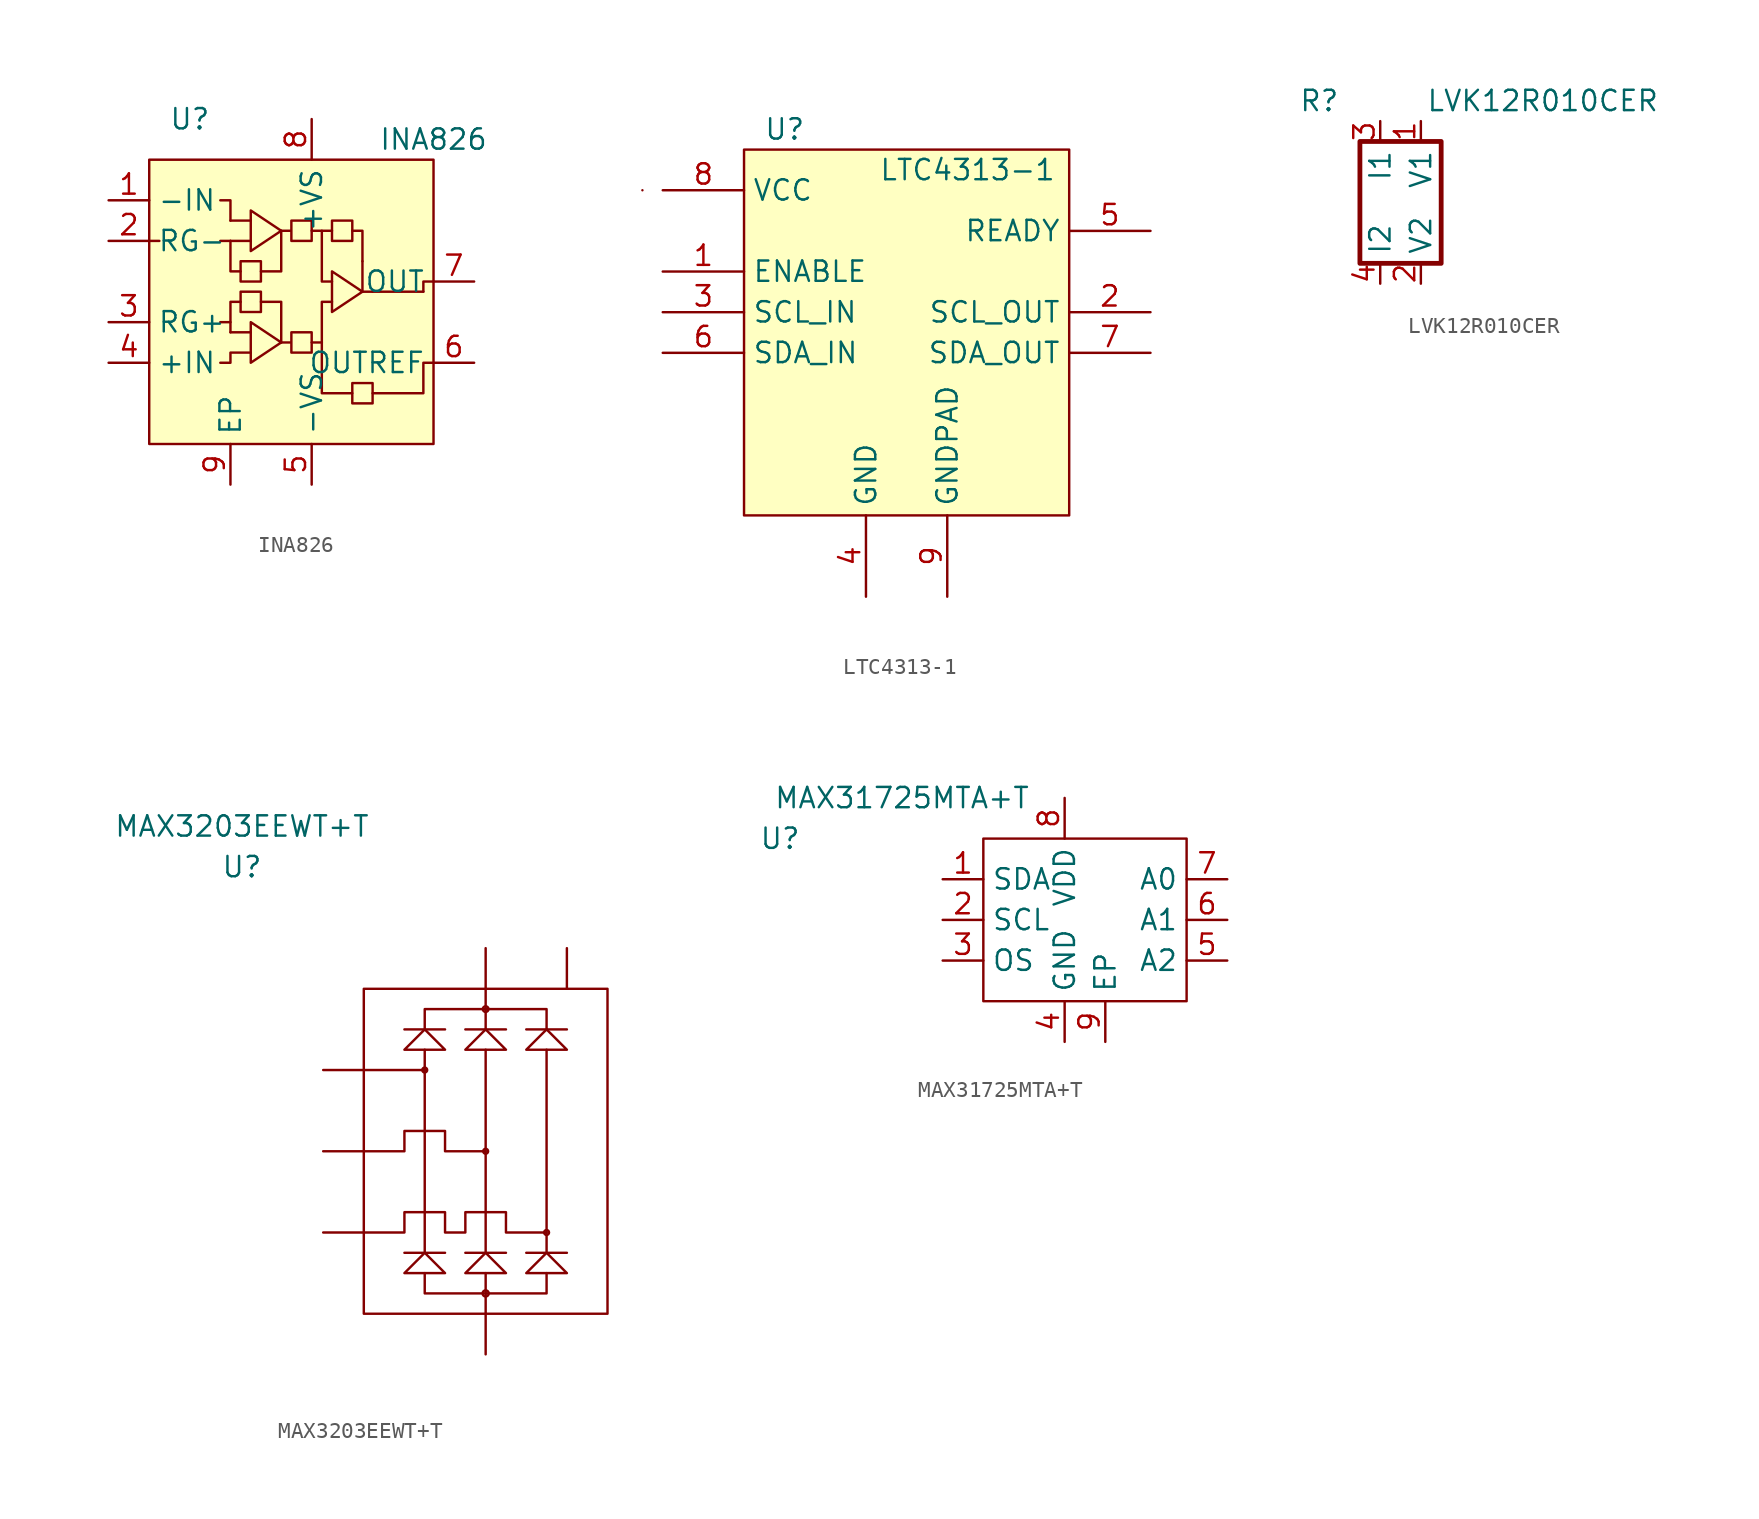
<source format=kicad_sym>
(kicad_symbol_lib
  (version 20220914)
  (generator kicad_symbol_editor)
  (symbol "INA826"
    (property "Reference" "U"
      (at -5.08 10.16 0)
      (effects (font (size 1.27 1.27))))
    (property "Value" "INA826"
      (at 10.16 8.89 0)
      (effects (font (size 1.27 1.27))))
    (symbol "INA826_0_1"
      (rectangle (start -7.62 7.62) (end 10.16 -10.16) (stroke (width 0) (type default)) (fill (type background)))
      (polyline (pts (xy -7.62 2.54) (xy -6.985 2.54)) (stroke (width 0) (type default)) (fill (type none)))
      (polyline (pts (xy -2.54 2.54) (xy -3.175 2.54)) (stroke (width 0) (type default)) (fill (type none)))
      (polyline (pts (xy -2.54 3.81) (xy -1.27 3.81)) (stroke (width 0) (type default)) (fill (type none)))
      (polyline (pts (xy -1.27 -3.175) (xy -2.54 -3.175)) (stroke (width 0) (type default)) (fill (type none)))
      (polyline (pts (xy -1.27 2.54) (xy -2.54 2.54)) (stroke (width 0) (type default)) (fill (type none)))
      (polyline (pts (xy 3.175 -3.81) (xy 2.54 -3.81)) (stroke (width 0) (type default)) (fill (type none)))
      (polyline (pts (xy 3.81 3.175) (xy 3.175 3.175)) (stroke (width 0) (type default)) (fill (type none)))
      (polyline (pts (xy 5.715 -0.635) (xy 6.35 -0.635)) (stroke (width 0) (type default)) (fill (type none)))
      (polyline (pts (xy 5.715 1.27) (xy 5.715 -0.635)) (stroke (width 0) (type default)) (fill (type none)))
      (polyline (pts (xy 6.35 -0.635) (xy 9.525 -0.635)) (stroke (width 0) (type default)) (fill (type none)))
      (polyline (pts (xy -2.54 -3.175) (xy -2.54 -2.54) (xy -3.175 -2.54)) (stroke (width 0) (type default)) (fill (type none)))
      (polyline (pts (xy -2.54 3.81) (xy -2.54 5.08) (xy -3.175 5.08)) (stroke (width 0) (type default)) (fill (type none)))
      (polyline (pts (xy -1.905 -1.27) (xy -2.54 -1.27) (xy -2.54 -2.54)) (stroke (width 0) (type default)) (fill (type none)))
      (polyline (pts (xy -1.905 0.635) (xy -2.54 0.635) (xy -2.54 2.54)) (stroke (width 0) (type default)) (fill (type none)))
      (polyline (pts (xy -0.635 -1.27) (xy 0.635 -1.27) (xy 0.635 -3.81)) (stroke (width 0) (type default)) (fill (type none)))
      (polyline (pts (xy -0.635 0.635) (xy 0.635 0.635) (xy 0.635 3.175)) (stroke (width 0) (type default)) (fill (type none)))
      (polyline (pts (xy 3.175 -3.81) (xy 3.175 -1.27) (xy 3.81 -1.27)) (stroke (width 0) (type default)) (fill (type none)))
      (polyline (pts (xy 5.08 -6.985) (xy 3.175 -6.985) (xy 3.175 -3.81)) (stroke (width 0) (type default)) (fill (type none)))
      (polyline (pts (xy 5.08 3.175) (xy 5.715 3.175) (xy 5.715 1.27)) (stroke (width 0) (type default)) (fill (type none)))
      (polyline (pts (xy 9.525 -0.635) (xy 9.525 0) (xy 10.16 0)) (stroke (width 0) (type default)) (fill (type none)))
      (polyline (pts (xy -1.27 -4.445) (xy -2.54 -4.445) (xy -2.54 -5.08) (xy -3.175 -5.08)) (stroke (width 0) (type default)) (fill (type none)))
      (polyline (pts (xy -1.27 -2.54) (xy -1.27 -5.08) (xy 0.635 -3.81) (xy -1.27 -2.54)) (stroke (width 0) (type default)) (fill (type none)))
      (polyline (pts (xy -1.27 4.445) (xy -1.27 1.905) (xy 0.635 3.175) (xy -1.27 4.445)) (stroke (width 0) (type default)) (fill (type none)))
      (polyline (pts (xy 2.54 3.175) (xy 3.175 3.175) (xy 3.175 0) (xy 3.81 0)) (stroke (width 0) (type default)) (fill (type none)))
      (polyline (pts (xy 3.81 0.635) (xy 3.81 -1.905) (xy 5.715 -0.635) (xy 3.81 0.635)) (stroke (width 0) (type default)) (fill (type none)))
      (polyline (pts (xy 10.16 -5.08) (xy 9.525 -5.08) (xy 9.525 -6.985) (xy 6.35 -6.985)) (stroke (width 0) (type default)) (fill (type none)))
      (polyline (pts (xy -1.905 -1.905) (xy -0.635 -1.905) (xy -0.635 -0.635) (xy -1.905 -0.635) (xy -1.905 -1.905)) (stroke (width 0) (type default)) (fill (type none)))
      (polyline (pts (xy -1.905 1.27) (xy -1.905 0) (xy -0.635 0) (xy -0.635 1.27) (xy -1.905 1.27)) (stroke (width 0) (type default)) (fill (type none)))
      (polyline (pts (xy 3.81 3.81) (xy 3.81 2.54) (xy 5.08 2.54) (xy 5.08 3.81) (xy 3.81 3.81)) (stroke (width 0) (type default)) (fill (type none)))
      (polyline (pts (xy 5.08 -6.35) (xy 5.08 -7.62) (xy 6.35 -7.62) (xy 6.35 -6.35) (xy 5.08 -6.35)) (stroke (width 0) (type default)) (fill (type none)))
      (polyline (pts (xy 0.635 -3.81) (xy 1.27 -3.81) (xy 1.27 -3.175) (xy 2.54 -3.175) (xy 2.54 -4.445) (xy 1.27 -4.445) (xy 1.27 -3.81)) (stroke (width 0) (type default)) (fill (type none)))
      (polyline (pts (xy 0.635 3.175) (xy 1.27 3.175) (xy 1.27 3.81) (xy 2.54 3.81) (xy 2.54 2.54) (xy 1.27 2.54) (xy 1.27 3.175)) (stroke (width 0) (type default)) (fill (type none))))
    (symbol "INA826_1_1"
      (pin input line (at -10.16 5.08 0) (length 2.54) (name "-IN" (effects (font (size 1.27 1.27)))) (number "1" (effects (font (size 1.27 1.27)))))
      (pin input line (at -10.16 2.54 0) (length 2.54) (name "RG-" (effects (font (size 1.27 1.27)))) (number "2" (effects (font (size 1.27 1.27)))))
      (pin input line (at -10.16 -2.54 0) (length 2.54) (name "RG+" (effects (font (size 1.27 1.27)))) (number "3" (effects (font (size 1.27 1.27)))))
      (pin input line (at -10.16 -5.08 0) (length 2.54) (name "+IN" (effects (font (size 1.27 1.27)))) (number "4" (effects (font (size 1.27 1.27)))))
      (pin power_in line (at 2.54 -12.7 90) (length 2.54) (name "-VS" (effects (font (size 1.27 1.27)))) (number "5" (effects (font (size 1.27 1.27)))))
      (pin input line (at 12.7 -5.08 180) (length 2.54) (name "OUTREF" (effects (font (size 1.27 1.27)))) (number "6" (effects (font (size 1.27 1.27)))))
      (pin output line (at 12.7 0 180) (length 2.54) (name "OUT" (effects (font (size 1.27 1.27)))) (number "7" (effects (font (size 1.27 1.27)))))
      (pin power_in line (at 2.54 10.16 270) (length 2.54) (name "+VS" (effects (font (size 1.27 1.27)))) (number "8" (effects (font (size 1.27 1.27)))))
      (pin power_in line (at -2.54 -12.7 90) (length 2.54) (name "EP" (effects (font (size 1.27 1.27)))) (number "9" (effects (font (size 1.27 1.27)))))))
  (symbol "LTC4313-1"
    (property "Reference" "U"
      (at -7.62 11.43 0)
      (effects (font (size 1.27 1.27))))
    (property "Value" "LTC4313-1"
      (at 3.81 8.89 0)
      (effects (font (size 1.27 1.27))))
    (symbol "LTC4313-1_0_1"
      (rectangle (start -16.51 7.62) (end -16.51 7.62) (stroke (width 0) (type default)) (fill (type none)))
      (rectangle (start -10.16 10.16) (end 10.16 -12.7) (stroke (width 0) (type default)) (fill (type background))))
    (symbol "LTC4313-1_1_1"
      (pin input line (at -15.24 2.54 0) (length 5.08) (name "ENABLE" (effects (font (size 1.27 1.27)))) (number "1" (effects (font (size 1.27 1.27)))))
      (pin bidirectional line (at 15.24 0 180) (length 5.08) (name "SCL_OUT" (effects (font (size 1.27 1.27)))) (number "2" (effects (font (size 1.27 1.27)))))
      (pin bidirectional line (at -15.24 0 0) (length 5.08) (name "SCL_IN" (effects (font (size 1.27 1.27)))) (number "3" (effects (font (size 1.27 1.27)))))
      (pin power_in line (at -2.54 -17.78 90) (length 5.08) (name "GND" (effects (font (size 1.27 1.27)))) (number "4" (effects (font (size 1.27 1.27)))))
      (pin input line (at 15.24 5.08 180) (length 5.08) (name "READY" (effects (font (size 1.27 1.27)))) (number "5" (effects (font (size 1.27 1.27)))))
      (pin bidirectional line (at -15.24 -2.54 0) (length 5.08) (name "SDA_IN" (effects (font (size 1.27 1.27)))) (number "6" (effects (font (size 1.27 1.27)))))
      (pin bidirectional line (at 15.24 -2.54 180) (length 5.08) (name "SDA_OUT" (effects (font (size 1.27 1.27)))) (number "7" (effects (font (size 1.27 1.27)))))
      (pin power_in line (at -15.24 7.62 0) (length 5.08) (name "VCC" (effects (font (size 1.27 1.27)))) (number "8" (effects (font (size 1.27 1.27)))))
      (pin power_in line (at 2.54 -17.78 90) (length 5.08) (name "GNDPAD" (effects (font (size 1.27 1.27)))) (number "9" (effects (font (size 1.27 1.27)))))))
  (symbol "LVK12R010CER"
    (property "Reference" "R"
      (at -3.81 6.35 0)
      (effects (font (size 1.27 1.27))))
    (property "Value" "LVK12R010CER"
      (at 10.16 6.35 0)
      (effects (font (size 1.27 1.27))))
    (symbol "LVK12R010CER_0_1"
      (rectangle (start -1.27 3.81) (end 3.81 -3.81) (stroke (width 0.3) (type default)) (fill (type none))))
    (symbol "LVK12R010CER_1_1"
      (pin passive line (at 2.54 5.08 270) (length 1.27) (name "V1" (effects (font (size 1.27 1.27)))) (number "1" (effects (font (size 1.27 1.27)))))
      (pin passive line (at 2.54 -5.08 90) (length 1.27) (name "V2" (effects (font (size 1.27 1.27)))) (number "2" (effects (font (size 1.27 1.27)))))
      (pin passive line (at 0 5.08 270) (length 1.27) (name "I1" (effects (font (size 1.27 1.27)))) (number "3" (effects (font (size 1.27 1.27)))))
      (pin passive line (at 0 -5.08 90) (length 1.27) (name "I2" (effects (font (size 1.27 1.27)))) (number "4" (effects (font (size 1.27 1.27)))))))
  (symbol "MAX3203EEWT+T"
    (property "Reference" "U"
      (at -15.24 15.24 0)
      (effects (font (size 1.27 1.27))))
    (property "Value" "MAX3203EEWT+T"
      (at -15.24 17.78 0)
      (effects (font (size 1.27 1.27))))
    (symbol "MAX3203EEWT+T_0_1"
      (rectangle (start -7.62 7.62) (end 7.62 -12.7) (stroke (width 0) (type default)) (fill (type none)))
      (circle (center -3.81 2.54) (radius 0.154) (stroke (width 0) (type default)) (fill (type none)))
      (circle (center 0 -11.43) (radius 0.193) (stroke (width 0) (type default)) (fill (type none)))
      (circle (center 0 -2.54) (radius 0.154) (stroke (width 0) (type default)) (fill (type none)))
      (polyline (pts (xy -5.08 -8.89) (xy -2.54 -8.89)) (stroke (width 0) (type default)) (fill (type none)))
      (polyline (pts (xy -5.08 5.08) (xy -2.54 5.08)) (stroke (width 0) (type default)) (fill (type none)))
      (polyline (pts (xy -3.81 -8.89) (xy -3.81 3.81)) (stroke (width 0) (type default)) (fill (type none)))
      (polyline (pts (xy -1.27 -8.89) (xy 1.27 -8.89)) (stroke (width 0) (type default)) (fill (type none)))
      (polyline (pts (xy -1.27 5.08) (xy 1.27 5.08)) (stroke (width 0) (type default)) (fill (type none)))
      (polyline (pts (xy 0 -12.7) (xy 0 -11.43)) (stroke (width 0) (type default)) (fill (type none)))
      (polyline (pts (xy 0 -10.16) (xy 0 -11.43)) (stroke (width 0) (type default)) (fill (type none)))
      (polyline (pts (xy 0 -8.89) (xy 0 3.81)) (stroke (width 0) (type default)) (fill (type none)))
      (polyline (pts (xy 0 5.08) (xy 0 6.35)) (stroke (width 0) (type default)) (fill (type none)))
      (polyline (pts (xy 0 7.62) (xy 0 6.35)) (stroke (width 0) (type default)) (fill (type none)))
      (polyline (pts (xy 2.54 -8.89) (xy 5.08 -8.89)) (stroke (width 0) (type default)) (fill (type none)))
      (polyline (pts (xy 2.54 5.08) (xy 5.08 5.08)) (stroke (width 0) (type default)) (fill (type none)))
      (polyline (pts (xy 3.81 -8.89) (xy 3.81 3.81)) (stroke (width 0) (type default)) (fill (type none)))
      (polyline (pts (xy -7.62 2.54) (xy -5.08 2.54) (xy -3.81 2.54)) (stroke (width 0) (type default)) (fill (type none)))
      (polyline (pts (xy -3.81 -10.16) (xy -3.81 -11.43) (xy 3.81 -11.43) (xy 3.81 -10.16)) (stroke (width 0) (type default)) (fill (type none)))
      (polyline (pts (xy -3.81 -8.89) (xy -5.08 -10.16) (xy -2.54 -10.16) (xy -3.81 -8.89)) (stroke (width 0) (type default)) (fill (type none)))
      (polyline (pts (xy -3.81 5.08) (xy -5.08 3.81) (xy -2.54 3.81) (xy -3.81 5.08)) (stroke (width 0) (type default)) (fill (type none)))
      (polyline (pts (xy -3.81 5.08) (xy -3.81 6.35) (xy 3.81 6.35) (xy 3.81 5.08)) (stroke (width 0) (type default)) (fill (type none)))
      (polyline (pts (xy 1.27 -10.16) (xy 0 -8.89) (xy -1.27 -10.16) (xy 1.27 -10.16)) (stroke (width 0) (type default)) (fill (type none)))
      (polyline (pts (xy 1.27 3.81) (xy 0 5.08) (xy -1.27 3.81) (xy 1.27 3.81)) (stroke (width 0) (type default)) (fill (type none)))
      (polyline (pts (xy 2.54 -10.16) (xy 3.81 -8.89) (xy 5.08 -10.16) (xy 2.54 -10.16)) (stroke (width 0) (type default)) (fill (type none)))
      (polyline (pts (xy 2.54 3.81) (xy 3.81 5.08) (xy 5.08 3.81) (xy 2.54 3.81)) (stroke (width 0) (type default)) (fill (type none)))
      (polyline (pts (xy -7.62 -2.54) (xy -5.08 -2.54) (xy -5.08 -1.27) (xy -2.54 -1.27) (xy -2.54 -2.54) (xy 0 -2.54)) (stroke (width 0) (type default)) (fill (type none)))
      (polyline (pts (xy -7.62 -7.62) (xy -5.08 -7.62) (xy -5.08 -6.35) (xy -2.54 -6.35) (xy -2.54 -7.62) (xy -1.27 -7.62) (xy -1.27 -6.35) (xy 1.27 -6.35) (xy 1.27 -7.62) (xy 3.81 -7.62)) (stroke (width 0) (type default)) (fill (type none)))
      (circle (center 0 6.35) (radius 0.178) (stroke (width 0) (type default)) (fill (type none)))
      (circle (center 3.81 -7.62) (radius 0.154) (stroke (width 0) (type default)) (fill (type none))))
    (symbol "MAX3203EEWT+T_1_1"
      (pin input line (at -10.16 -7.62 0) (length 2.54) (name "" (effects (font (size 1.27 1.27)))) (number "" (effects (font (size 1.27 1.27)))))
      (pin input line (at -10.16 -2.54 0) (length 2.54) (name "" (effects (font (size 1.27 1.27)))) (number "" (effects (font (size 1.27 1.27)))))
      (pin input line (at -10.16 2.54 0) (length 2.54) (name "" (effects (font (size 1.27 1.27)))) (number "" (effects (font (size 1.27 1.27)))))
      (pin power_in line (at 0 -15.24 90) (length 2.54) (name "" (effects (font (size 1.27 1.27)))) (number "" (effects (font (size 1.27 1.27)))))
      (pin power_in line (at 0 10.16 270) (length 2.54) (name "" (effects (font (size 1.27 1.27)))) (number "" (effects (font (size 1.27 1.27)))))
      (pin input line (at 5.08 10.16 270) (length 2.54) (name "" (effects (font (size 1.27 1.27)))) (number "" (effects (font (size 1.27 1.27)))))))
  (symbol "MAX31725MTA+T"
    (property "Reference" "U"
      (at -17.78 0 0)
      (effects (font (size 1.27 1.27))))
    (property "Value" "MAX31725MTA+T"
      (at -10.16 2.54 0)
      (effects (font (size 1.27 1.27))))
    (symbol "MAX31725MTA+T_0_1"
      (rectangle (start -5.08 0) (end 7.62 -10.16) (stroke (width 0) (type default)) (fill (type none))))
    (symbol "MAX31725MTA+T_1_1"
      (pin bidirectional line (at -7.62 -2.54 0) (length 2.54) (name "SDA" (effects (font (size 1.27 1.27)))) (number "1" (effects (font (size 1.27 1.27)))))
      (pin input line (at -7.62 -5.08 0) (length 2.54) (name "SCL" (effects (font (size 1.27 1.27)))) (number "2" (effects (font (size 1.27 1.27)))))
      (pin input line (at -7.62 -7.62 0) (length 2.54) (name "OS" (effects (font (size 1.27 1.27)))) (number "3" (effects (font (size 1.27 1.27)))))
      (pin power_in line (at 0 -12.7 90) (length 2.54) (name "GND" (effects (font (size 1.27 1.27)))) (number "4" (effects (font (size 1.27 1.27)))))
      (pin input line (at 10.16 -7.62 180) (length 2.54) (name "A2" (effects (font (size 1.27 1.27)))) (number "5" (effects (font (size 1.27 1.27)))))
      (pin input line (at 10.16 -5.08 180) (length 2.54) (name "A1" (effects (font (size 1.27 1.27)))) (number "6" (effects (font (size 1.27 1.27)))))
      (pin input line (at 10.16 -2.54 180) (length 2.54) (name "A0" (effects (font (size 1.27 1.27)))) (number "7" (effects (font (size 1.27 1.27)))))
      (pin input line (at 0 2.54 270) (length 2.54) (name "VDD" (effects (font (size 1.27 1.27)))) (number "8" (effects (font (size 1.27 1.27)))))
      (pin power_in line (at 2.54 -12.7 90) (length 2.54) (name "EP" (effects (font (size 1.27 1.27)))) (number "9" (effects (font (size 1.27 1.27))))))))
</source>
